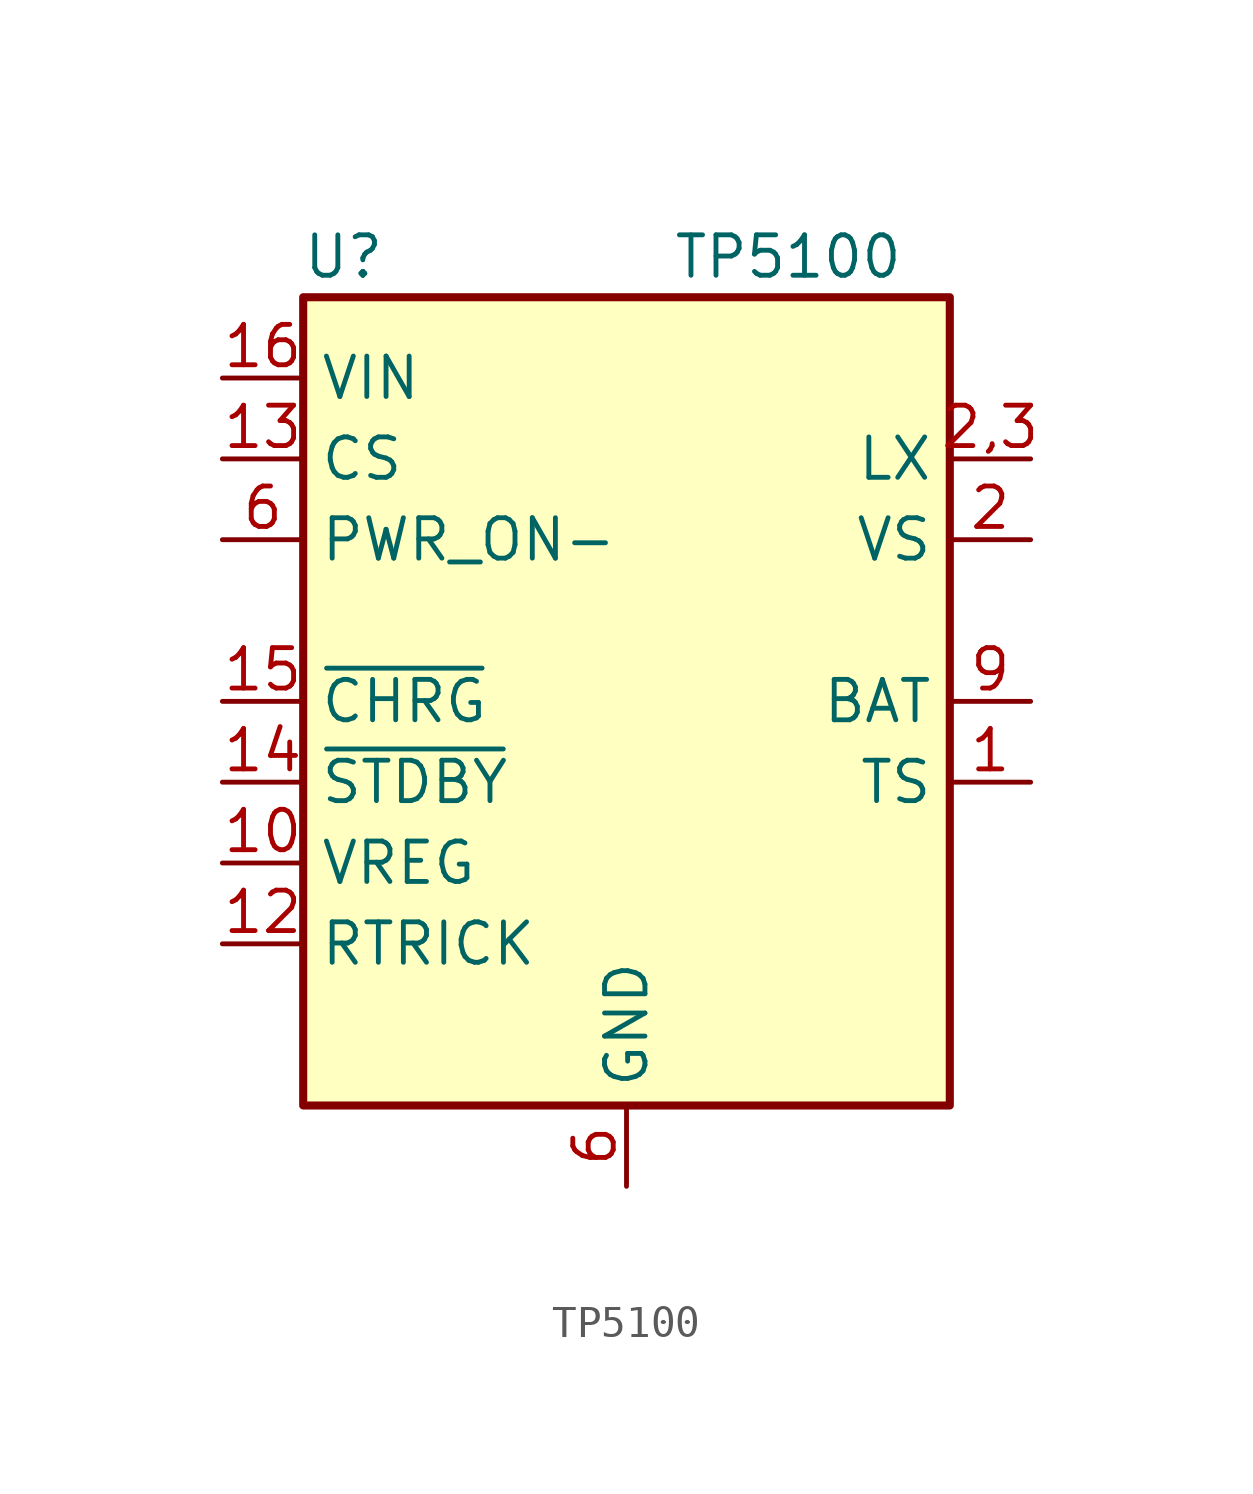
<source format=kicad_sym>
(kicad_symbol_lib
  (version 20220914)
  (generator kicad_symbol_editor)
  (symbol "TP5100"
    (property "Reference" "U"
      (at -8.89 13.97 0)
      (effects (font (size 1.27 1.27))))
    (property "Value" "TP5100"
      (at 5.08 13.97 0)
      (effects (font (size 1.27 1.27))))
    (symbol "TP5100_0_1"
      (rectangle (start -10.16 12.7) (end 10.16 -12.7) (stroke (width 0.254) (type default)) (fill (type background))))
    (symbol "TP5100_1_1"
      (pin open_collector line (at 12.7 -2.54 180) (length 2.54) (name "TS" (effects (font (size 1.27 1.27)))) (number "1" (effects (font (size 1.27 1.27)))))
      (pin open_collector line (at -12.7 -5.08 0) (length 2.54) (name "VREG" (effects (font (size 1.27 1.27)))) (number "10" (effects (font (size 1.27 1.27)))))
      (pin output line (at -12.7 -7.62 0) (length 2.54) (name "RTRICK" (effects (font (size 1.27 1.27)))) (number "12" (effects (font (size 1.27 1.27)))))
      (pin bidirectional line (at -12.7 7.62 0) (length 2.54) (name "CS" (effects (font (size 1.27 1.27)))) (number "13" (effects (font (size 1.27 1.27)))))
      (pin open_collector line (at -12.7 -2.54 0) (length 2.54) (name "~{STDBY}" (effects (font (size 1.27 1.27)))) (number "14" (effects (font (size 1.27 1.27)))))
      (pin open_collector line (at -12.7 0 0) (length 2.54) (name "~{CHRG}" (effects (font (size 1.27 1.27)))) (number "15" (effects (font (size 1.27 1.27)))))
      (pin power_in line (at -12.7 10.16 0) (length 2.54) (name "VIN" (effects (font (size 1.27 1.27)))) (number "16" (effects (font (size 1.27 1.27)))))
      (pin power_in line (at 0 -15.24 90) (length 2.54) hide (name "GND" (effects (font (size 1.27 1.27)))) (number "17" (effects (font (size 1.27 1.27)))))
      (pin bidirectional line (at 12.7 5.08 180) (length 2.54) (name "VS" (effects (font (size 1.27 1.27)))) (number "2" (effects (font (size 1.27 1.27)))))
      (pin bidirectional line (at 12.7 7.62 180) (length 2.54) (name "LX" (effects (font (size 1.27 1.27)))) (number "2,3" (effects (font (size 1.27 1.27)))))
      (pin power_in line (at 0 -15.24 90) (length 2.54) (name "GND" (effects (font (size 1.27 1.27)))) (number "6" (effects (font (size 1.27 1.27)))))
      (pin bidirectional line (at -12.7 5.08 0) (length 2.54) (name "PWR_ON-" (effects (font (size 1.27 1.27)))) (number "6" (effects (font (size 1.27 1.27)))))
      (pin input line (at 12.7 0 180) (length 2.54) (name "BAT" (effects (font (size 1.27 1.27)))) (number "9" (effects (font (size 1.27 1.27))))))))
</source>
